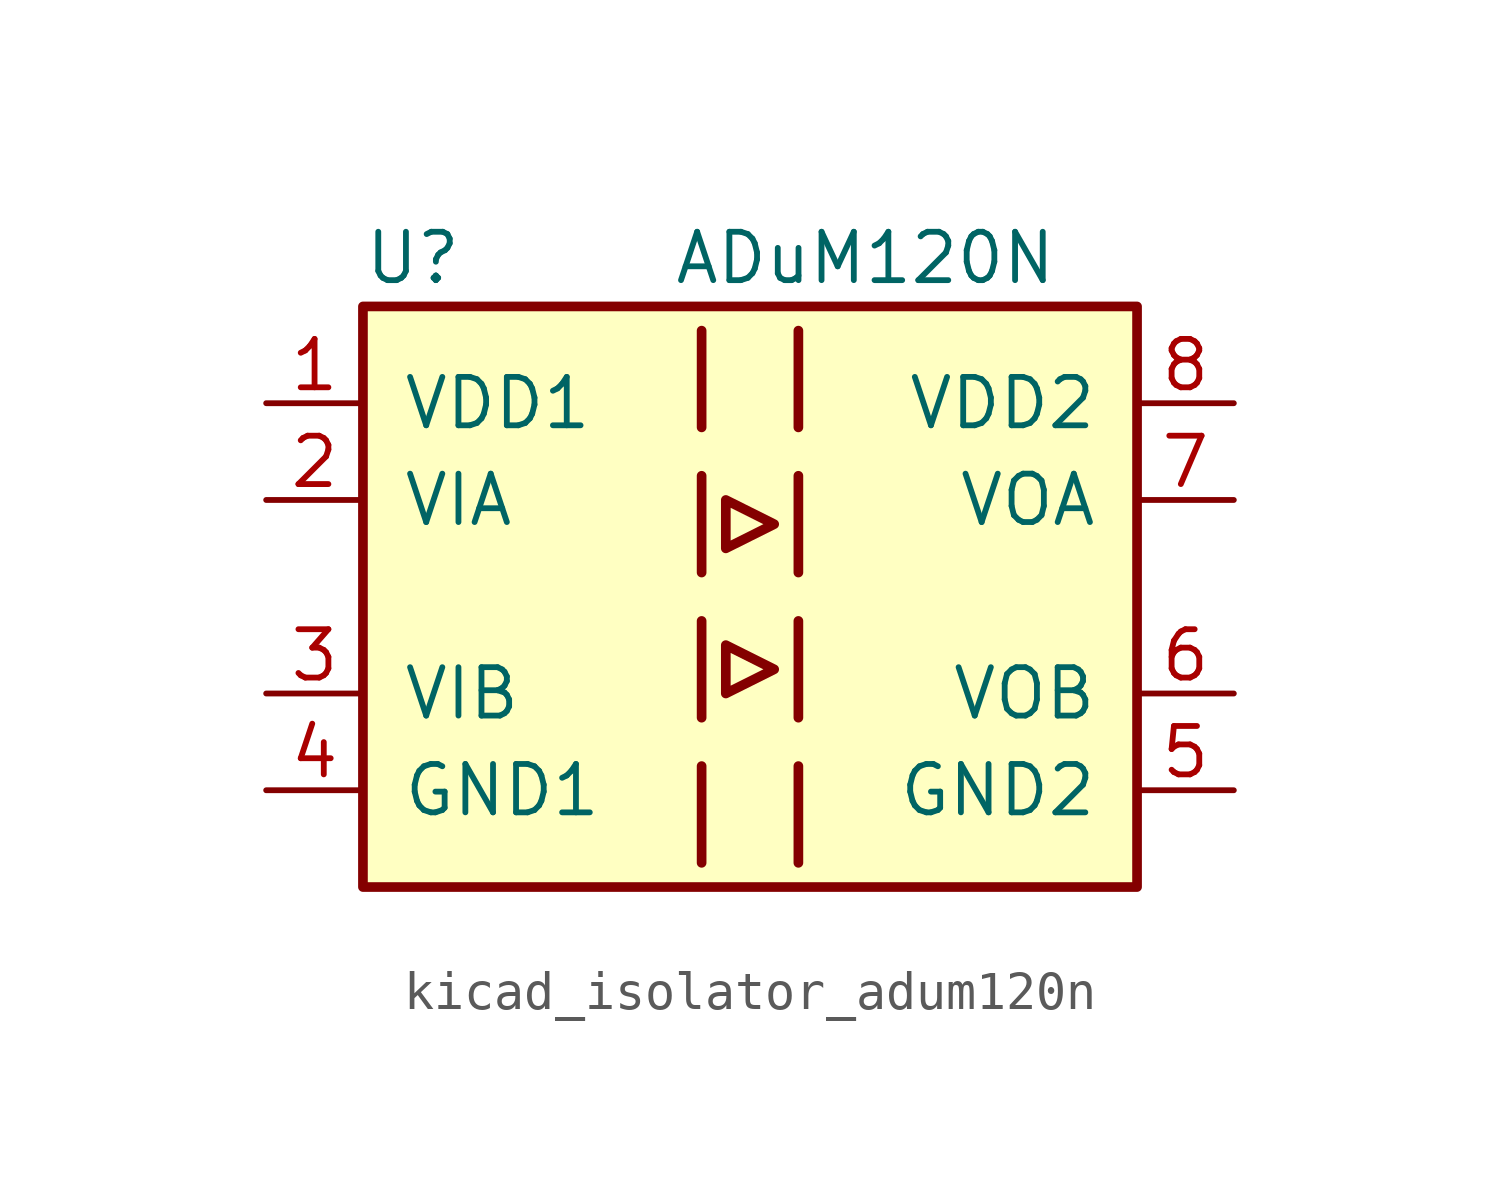
<source format=kicad_sym>
(kicad_symbol_lib
  (version 20220914)
  (generator kicad_symbol_editor)
  (symbol "kicad_isolator_adum120n"
    (pin_names
      (offset 1.016))
    (property "Reference" "U"
      (at -10.16 8.89 0)
      (effects (font (size 1.27 1.27)) (justify left)))
    (property "Value" "ADuM120N"
      (at -2.032 8.89 0)
      (effects (font (size 1.27 1.27)) (justify left)))
    (symbol "kicad_isolator_adum120n_0_1"
      (rectangle (start -10.16 7.62) (end 10.16 -7.62) (stroke (width 0.254) (type default)) (fill (type background)))
      (polyline (pts (xy -1.27 -4.445) (xy -1.27 -6.985)) (stroke (width 0.254) (type default)) (fill (type none)))
      (polyline (pts (xy -1.27 -0.635) (xy -1.27 -3.175)) (stroke (width 0.254) (type default)) (fill (type none)))
      (polyline (pts (xy -1.27 3.175) (xy -1.27 0.635)) (stroke (width 0.254) (type default)) (fill (type none)))
      (polyline (pts (xy -1.27 6.985) (xy -1.27 4.445)) (stroke (width 0.254) (type default)) (fill (type none)))
      (polyline (pts (xy 1.27 -4.445) (xy 1.27 -6.985)) (stroke (width 0.254) (type default)) (fill (type none)))
      (polyline (pts (xy 1.27 -0.635) (xy 1.27 -3.175)) (stroke (width 0.254) (type default)) (fill (type none)))
      (polyline (pts (xy 1.27 3.175) (xy 1.27 0.635)) (stroke (width 0.254) (type default)) (fill (type none)))
      (polyline (pts (xy 1.27 6.985) (xy 1.27 4.445)) (stroke (width 0.254) (type default)) (fill (type none)))
      (polyline (pts (xy -0.635 -1.27) (xy -0.635 -2.54) (xy 0.635 -1.905) (xy -0.635 -1.27)) (stroke (width 0.254) (type default)) (fill (type none)))
      (polyline (pts (xy -0.635 1.27) (xy 0.635 1.905) (xy -0.635 2.54) (xy -0.635 1.27)) (stroke (width 0.254) (type default)) (fill (type none))))
    (symbol "kicad_isolator_adum120n_1_1"
      (pin power_in line (at -12.7 5.08 0) (length 2.54) (name "VDD1" (effects (font (size 1.27 1.27)))) (number "1" (effects (font (size 1.27 1.27)))))
      (pin input line (at -12.7 2.54 0) (length 2.54) (name "VIA" (effects (font (size 1.27 1.27)))) (number "2" (effects (font (size 1.27 1.27)))))
      (pin input line (at -12.7 -2.54 0) (length 2.54) (name "VIB" (effects (font (size 1.27 1.27)))) (number "3" (effects (font (size 1.27 1.27)))))
      (pin power_in line (at -12.7 -5.08 0) (length 2.54) (name "GND1" (effects (font (size 1.27 1.27)))) (number "4" (effects (font (size 1.27 1.27)))))
      (pin power_in line (at 12.7 -5.08 180) (length 2.54) (name "GND2" (effects (font (size 1.27 1.27)))) (number "5" (effects (font (size 1.27 1.27)))))
      (pin output line (at 12.7 -2.54 180) (length 2.54) (name "VOB" (effects (font (size 1.27 1.27)))) (number "6" (effects (font (size 1.27 1.27)))))
      (pin output line (at 12.7 2.54 180) (length 2.54) (name "VOA" (effects (font (size 1.27 1.27)))) (number "7" (effects (font (size 1.27 1.27)))))
      (pin power_in line (at 12.7 5.08 180) (length 2.54) (name "VDD2" (effects (font (size 1.27 1.27)))) (number "8" (effects (font (size 1.27 1.27))))))))
</source>
